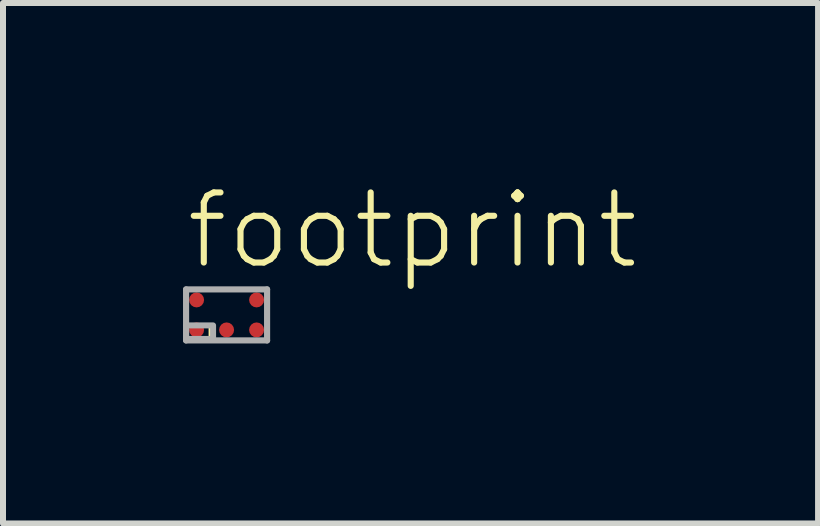
<source format=kicad_pcb>
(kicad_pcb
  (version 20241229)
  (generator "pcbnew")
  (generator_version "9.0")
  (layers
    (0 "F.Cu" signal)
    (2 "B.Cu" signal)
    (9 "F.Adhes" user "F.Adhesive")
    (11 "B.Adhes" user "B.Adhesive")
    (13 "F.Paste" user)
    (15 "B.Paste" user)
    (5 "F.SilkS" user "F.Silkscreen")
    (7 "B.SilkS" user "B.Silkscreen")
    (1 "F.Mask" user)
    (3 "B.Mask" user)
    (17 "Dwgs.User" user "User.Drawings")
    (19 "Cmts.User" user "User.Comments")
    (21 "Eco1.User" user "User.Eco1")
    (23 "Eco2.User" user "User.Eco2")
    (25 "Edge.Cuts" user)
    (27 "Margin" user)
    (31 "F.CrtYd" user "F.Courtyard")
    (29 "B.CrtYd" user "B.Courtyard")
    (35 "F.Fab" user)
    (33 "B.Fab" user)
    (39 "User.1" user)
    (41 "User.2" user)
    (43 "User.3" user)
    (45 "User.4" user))
  (footprint "footprint"
    (layer "F.Cu")
    (at 0.726 2.198)
    (property "Reference" "footprint" (at -0.725 -0.725 0) (layer "F.SilkS") (effects (font (size 1.168 1.168) (thickness 0.102)) (justify left bottom)))
    (fp_circle (center -0.5 -0.25) (end -0.412 -0.25) (stroke (width 0.175) (type solid)) (fill yes) (layer "F.Mask"))
    (fp_circle (center -0.5 0.25) (end -0.412 0.25) (stroke (width 0.175) (type solid)) (fill yes) (layer "F.Mask"))
    (fp_circle (center 0 0.25) (end 0.087 0.25) (stroke (width 0.175) (type solid)) (fill yes) (layer "F.Mask"))
    (fp_circle (center 0.5 -0.25) (end 0.588 -0.25) (stroke (width 0.175) (type solid)) (fill yes) (layer "F.Mask"))
    (fp_circle (center 0.5 0.25) (end 0.588 0.25) (stroke (width 0.175) (type solid)) (fill yes) (layer "F.Mask"))
    (fp_poly (pts (xy -0.3 0.375) (xy -0.225 0.375) (xy -0.225 0.175) (xy -0.3 0.175)) (stroke (width 0) (type solid)) (fill yes) (layer "F.SilkS"))
    (fp_line (start -0.675 -0.425) (end 0.675 -0.425) (stroke (width 0.102) (type solid)) (layer "F.Fab"))
    (fp_line (start -0.675 0.425) (end -0.675 -0.425) (stroke (width 0.102) (type solid)) (layer "F.Fab"))
    (fp_line (start 0.675 -0.425) (end 0.675 0.425) (stroke (width 0.102) (type solid)) (layer "F.Fab"))
    (fp_line (start 0.675 0.425) (end -0.675 0.425) (stroke (width 0.102) (type solid)) (layer "F.Fab"))
    (fp_poly (pts (xy -0.675 0.4) (xy -0.225 0.4) (xy -0.225 0.175) (xy -0.675 0.175)) (stroke (width 0.1) (type solid)) (fill no) (layer "F.Fab"))
    (pad "A1" smd roundrect (at -0.5 0.25) (size 0.25 0.25) (layers "F.Cu") (roundrect_rratio 0.5))
    (pad "A2" smd roundrect (at -0.5 -0.25) (size 0.25 0.25) (layers "F.Cu") (roundrect_rratio 0.5))
    (pad "B1" smd roundrect (at 0 0.25) (size 0.25 0.25) (layers "F.Cu") (roundrect_rratio 0.5))
    (pad "C1" smd roundrect (at 0.5 0.25) (size 0.25 0.25) (layers "F.Cu") (roundrect_rratio 0.5))
    (pad "C2" smd roundrect (at 0.5 -0.25) (size 0.25 0.25) (layers "F.Cu") (roundrect_rratio 0.5)))
  (gr_rect
    (start -3 -3)
    (end 10.583 5.674)
    (stroke (width 0.1) (type default))
    (fill no)
    (layer "Edge.Cuts")))
</source>
